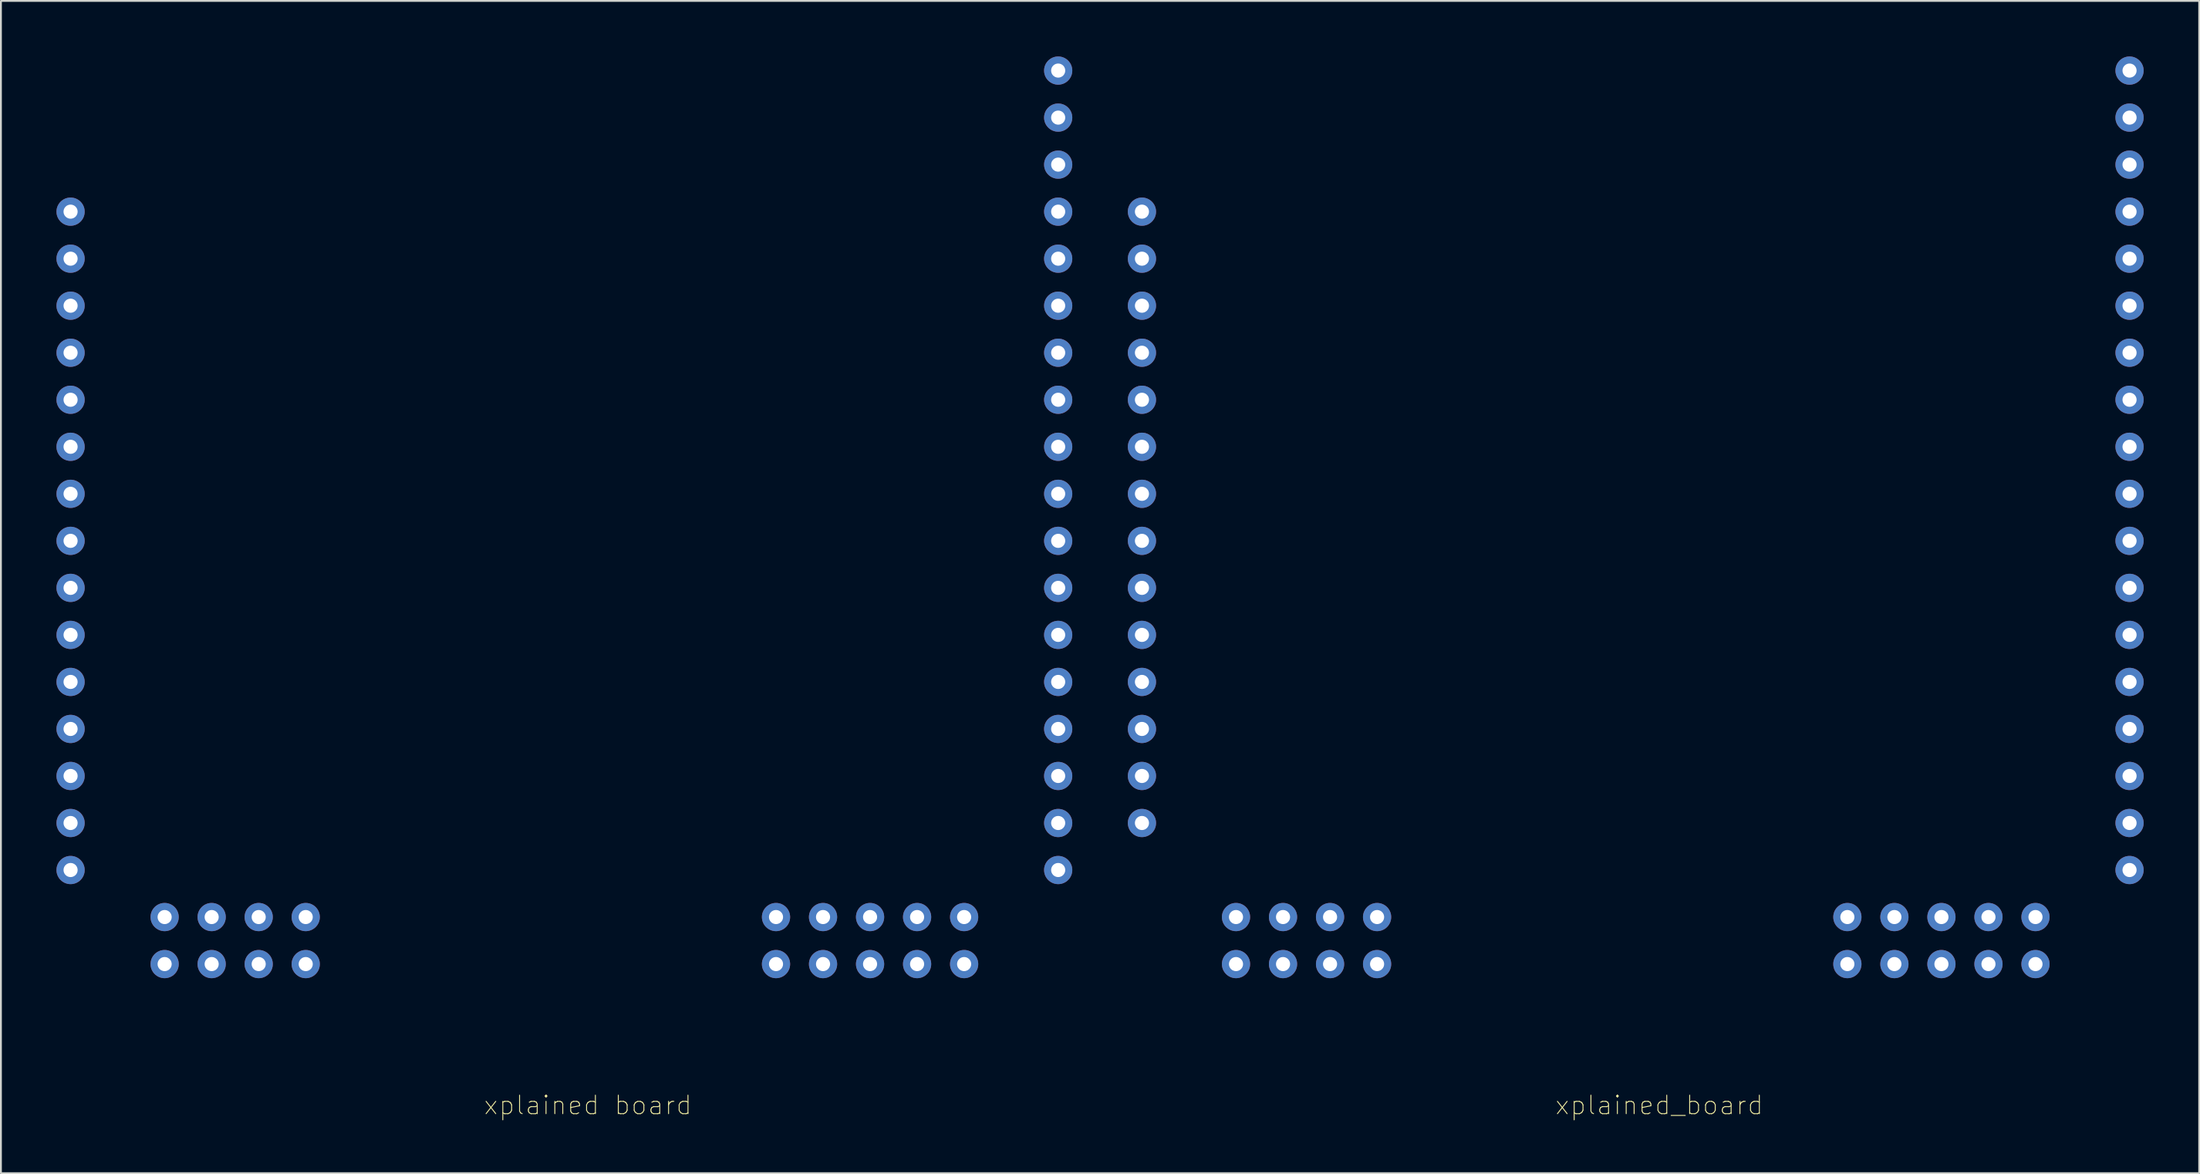
<source format=kicad_pcb>
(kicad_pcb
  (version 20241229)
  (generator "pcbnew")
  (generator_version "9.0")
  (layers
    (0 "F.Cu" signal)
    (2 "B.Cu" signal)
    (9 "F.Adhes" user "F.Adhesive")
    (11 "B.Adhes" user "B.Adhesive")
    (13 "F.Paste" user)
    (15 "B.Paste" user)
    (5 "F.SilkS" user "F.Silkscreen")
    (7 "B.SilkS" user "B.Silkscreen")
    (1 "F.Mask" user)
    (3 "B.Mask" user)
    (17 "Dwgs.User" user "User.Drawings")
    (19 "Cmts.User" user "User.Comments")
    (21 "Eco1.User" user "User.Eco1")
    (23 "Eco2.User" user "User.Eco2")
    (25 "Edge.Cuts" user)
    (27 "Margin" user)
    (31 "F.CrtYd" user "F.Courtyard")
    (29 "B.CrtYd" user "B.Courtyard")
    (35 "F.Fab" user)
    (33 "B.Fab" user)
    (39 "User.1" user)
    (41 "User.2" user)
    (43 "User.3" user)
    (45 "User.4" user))
  (footprint "xplained board"
    (layer "F.Cu")
    (at 28.702 26.162)
    (property "Reference" "xplained board" (at 0 30.48 0) (layer "F.SilkS") (effects (font (size 1 1) (thickness 0.05))))
    (attr through_hole)
    (pad "1" thru_hole circle (at -27.94 -17.78) (size 1.524 1.524) (drill 0.762) (layers "*.Cu" "*.Mask"))
    (pad "2" thru_hole circle (at -27.94 -15.24) (size 1.524 1.524) (drill 0.762) (layers "*.Cu" "*.Mask"))
    (pad "3" thru_hole circle (at -27.94 -12.7) (size 1.524 1.524) (drill 0.762) (layers "*.Cu" "*.Mask"))
    (pad "4" thru_hole circle (at -27.94 -10.16) (size 1.524 1.524) (drill 0.762) (layers "*.Cu" "*.Mask"))
    (pad "5" thru_hole circle (at -27.94 -7.62) (size 1.524 1.524) (drill 0.762) (layers "*.Cu" "*.Mask"))
    (pad "6" thru_hole circle (at -27.94 -5.08) (size 1.524 1.524) (drill 0.762) (layers "*.Cu" "*.Mask"))
    (pad "7" thru_hole circle (at -27.94 -2.54) (size 1.524 1.524) (drill 0.762) (layers "*.Cu" "*.Mask"))
    (pad "8" thru_hole circle (at -27.94 0) (size 1.524 1.524) (drill 0.762) (layers "*.Cu" "*.Mask"))
    (pad "9" thru_hole circle (at -27.94 5.08) (size 1.524 1.524) (drill 0.762) (layers "*.Cu" "*.Mask"))
    (pad "10" thru_hole circle (at -27.94 7.62) (size 1.524 1.524) (drill 0.762) (layers "*.Cu" "*.Mask"))
    (pad "11" thru_hole circle (at -27.94 10.16) (size 1.524 1.524) (drill 0.762) (layers "*.Cu" "*.Mask"))
    (pad "12" thru_hole circle (at -27.94 12.7) (size 1.524 1.524) (drill 0.762) (layers "*.Cu" "*.Mask"))
    (pad "13" thru_hole circle (at -27.94 15.24) (size 1.524 1.524) (drill 0.762) (layers "*.Cu" "*.Mask"))
    (pad "14" thru_hole circle (at -27.94 17.78) (size 1.524 1.524) (drill 0.762) (layers "*.Cu" "*.Mask"))
    (pad "15" thru_hole circle (at -22.86 20.32) (size 1.524 1.524) (drill 0.762) (layers "*.Cu" "*.Mask"))
    (pad "15" thru_hole circle (at -20.32 20.32) (size 1.524 1.524) (drill 0.762) (layers "*.Cu" "*.Mask"))
    (pad "15" thru_hole circle (at -17.78 20.32) (size 1.524 1.524) (drill 0.762) (layers "*.Cu" "*.Mask"))
    (pad "15" thru_hole circle (at -15.24 20.32) (size 1.524 1.524) (drill 0.762) (layers "*.Cu" "*.Mask"))
    (pad "16" thru_hole circle (at -22.86 22.86) (size 1.524 1.524) (drill 0.762) (layers "*.Cu" "*.Mask"))
    (pad "16" thru_hole circle (at -20.32 22.86) (size 1.524 1.524) (drill 0.762) (layers "*.Cu" "*.Mask"))
    (pad "16" thru_hole circle (at -17.78 22.86) (size 1.524 1.524) (drill 0.762) (layers "*.Cu" "*.Mask"))
    (pad "16" thru_hole circle (at -15.24 22.86) (size 1.524 1.524) (drill 0.762) (layers "*.Cu" "*.Mask"))
    (pad "17" thru_hole circle (at 10.16 22.86) (size 1.524 1.524) (drill 0.762) (layers "*.Cu" "*.Mask"))
    (pad "17" thru_hole circle (at 12.7 22.86) (size 1.524 1.524) (drill 0.762) (layers "*.Cu" "*.Mask"))
    (pad "17" thru_hole circle (at 15.24 22.86) (size 1.524 1.524) (drill 0.762) (layers "*.Cu" "*.Mask"))
    (pad "17" thru_hole circle (at 17.78 22.86) (size 1.524 1.524) (drill 0.762) (layers "*.Cu" "*.Mask"))
    (pad "17" thru_hole circle (at 20.32 22.86) (size 1.524 1.524) (drill 0.762) (layers "*.Cu" "*.Mask"))
    (pad "18" thru_hole circle (at 10.16 20.32) (size 1.524 1.524) (drill 0.762) (layers "*.Cu" "*.Mask"))
    (pad "18" thru_hole circle (at 12.7 20.32) (size 1.524 1.524) (drill 0.762) (layers "*.Cu" "*.Mask"))
    (pad "18" thru_hole circle (at 15.24 20.32) (size 1.524 1.524) (drill 0.762) (layers "*.Cu" "*.Mask"))
    (pad "18" thru_hole circle (at 17.78 20.32) (size 1.524 1.524) (drill 0.762) (layers "*.Cu" "*.Mask"))
    (pad "18" thru_hole circle (at 20.32 20.32) (size 1.524 1.524) (drill 0.762) (layers "*.Cu" "*.Mask"))
    (pad "19" thru_hole circle (at 25.4 17.78) (size 1.524 1.524) (drill 0.762) (layers "*.Cu" "*.Mask"))
    (pad "20" thru_hole circle (at 25.4 15.24) (size 1.524 1.524) (drill 0.762) (layers "*.Cu" "*.Mask"))
    (pad "21" thru_hole circle (at 25.4 12.7) (size 1.524 1.524) (drill 0.762) (layers "*.Cu" "*.Mask"))
    (pad "22" thru_hole circle (at 25.4 10.16) (size 1.524 1.524) (drill 0.762) (layers "*.Cu" "*.Mask"))
    (pad "23" thru_hole circle (at 25.4 7.62) (size 1.524 1.524) (drill 0.762) (layers "*.Cu" "*.Mask"))
    (pad "24" thru_hole circle (at 25.4 5.08) (size 1.524 1.524) (drill 0.762) (layers "*.Cu" "*.Mask"))
    (pad "25" thru_hole circle (at 25.4 2.54) (size 1.524 1.524) (drill 0.762) (layers "*.Cu" "*.Mask"))
    (pad "26" thru_hole circle (at 25.4 0) (size 1.524 1.524) (drill 0.762) (layers "*.Cu" "*.Mask"))
    (pad "27" thru_hole circle (at 25.4 -2.54) (size 1.524 1.524) (drill 0.762) (layers "*.Cu" "*.Mask"))
    (pad "28" thru_hole circle (at 25.4 -5.08) (size 1.524 1.524) (drill 0.762) (layers "*.Cu" "*.Mask"))
    (pad "29" thru_hole circle (at 25.4 -7.62) (size 1.524 1.524) (drill 0.762) (layers "*.Cu" "*.Mask"))
    (pad "30" thru_hole circle (at 25.4 -10.16) (size 1.524 1.524) (drill 0.762) (layers "*.Cu" "*.Mask"))
    (pad "31" thru_hole circle (at 25.4 -12.7) (size 1.524 1.524) (drill 0.762) (layers "*.Cu" "*.Mask"))
    (pad "32" thru_hole circle (at 25.4 -15.24) (size 1.524 1.524) (drill 0.762) (layers "*.Cu" "*.Mask"))
    (pad "33" thru_hole circle (at 25.4 -17.78) (size 1.524 1.524) (drill 0.762) (layers "*.Cu" "*.Mask"))
    (pad "34" thru_hole circle (at 25.4 -20.32) (size 1.524 1.524) (drill 0.762) (layers "*.Cu" "*.Mask"))
    (pad "35" thru_hole circle (at 25.4 -22.86) (size 1.524 1.524) (drill 0.762) (layers "*.Cu" "*.Mask"))
    (pad "36" thru_hole circle (at 25.4 -25.4) (size 1.524 1.524) (drill 0.762) (layers "*.Cu" "*.Mask"))
    (pad "?" thru_hole circle (at -27.94 2.54) (size 1.524 1.524) (drill 0.762) (layers "*.Cu" "*.Mask")))
  (footprint "xplained_board"
    (layer "F.Cu")
    (at 86.566 26.162)
    (property "Reference" "xplained_board" (at 0 30.48 0) (layer "F.SilkS") (effects (font (size 1 1) (thickness 0.05))))
    (attr through_hole)
    (pad "1" thru_hole circle (at -27.94 -17.78) (size 1.524 1.524) (drill 0.762) (layers "*.Cu" "*.Mask"))
    (pad "2" thru_hole circle (at -27.94 -15.24) (size 1.524 1.524) (drill 0.762) (layers "*.Cu" "*.Mask"))
    (pad "3" thru_hole circle (at -27.94 -12.7) (size 1.524 1.524) (drill 0.762) (layers "*.Cu" "*.Mask"))
    (pad "4" thru_hole circle (at -27.94 -10.16) (size 1.524 1.524) (drill 0.762) (layers "*.Cu" "*.Mask"))
    (pad "5" thru_hole circle (at -27.94 -7.62) (size 1.524 1.524) (drill 0.762) (layers "*.Cu" "*.Mask"))
    (pad "6" thru_hole circle (at -27.94 -5.08) (size 1.524 1.524) (drill 0.762) (layers "*.Cu" "*.Mask"))
    (pad "7" thru_hole circle (at -27.94 -2.54) (size 1.524 1.524) (drill 0.762) (layers "*.Cu" "*.Mask"))
    (pad "8" thru_hole circle (at -27.94 0) (size 1.524 1.524) (drill 0.762) (layers "*.Cu" "*.Mask"))
    (pad "9" thru_hole circle (at -27.94 2.54) (size 1.524 1.524) (drill 0.762) (layers "*.Cu" "*.Mask"))
    (pad "10" thru_hole circle (at -27.94 5.08) (size 1.524 1.524) (drill 0.762) (layers "*.Cu" "*.Mask"))
    (pad "11" thru_hole circle (at -27.94 7.62) (size 1.524 1.524) (drill 0.762) (layers "*.Cu" "*.Mask"))
    (pad "12" thru_hole circle (at -27.94 10.16) (size 1.524 1.524) (drill 0.762) (layers "*.Cu" "*.Mask"))
    (pad "13" thru_hole circle (at -27.94 12.7) (size 1.524 1.524) (drill 0.762) (layers "*.Cu" "*.Mask"))
    (pad "14" thru_hole circle (at -27.94 15.24) (size 1.524 1.524) (drill 0.762) (layers "*.Cu" "*.Mask"))
    (pad "15" thru_hole circle (at -22.86 20.32) (size 1.524 1.524) (drill 0.762) (layers "*.Cu" "*.Mask"))
    (pad "15" thru_hole circle (at -20.32 20.32) (size 1.524 1.524) (drill 0.762) (layers "*.Cu" "*.Mask"))
    (pad "15" thru_hole circle (at -17.78 20.32) (size 1.524 1.524) (drill 0.762) (layers "*.Cu" "*.Mask"))
    (pad "15" thru_hole circle (at -15.24 20.32) (size 1.524 1.524) (drill 0.762) (layers "*.Cu" "*.Mask"))
    (pad "16" thru_hole circle (at -22.86 22.86) (size 1.524 1.524) (drill 0.762) (layers "*.Cu" "*.Mask"))
    (pad "16" thru_hole circle (at -20.32 22.86) (size 1.524 1.524) (drill 0.762) (layers "*.Cu" "*.Mask"))
    (pad "16" thru_hole circle (at -17.78 22.86) (size 1.524 1.524) (drill 0.762) (layers "*.Cu" "*.Mask"))
    (pad "16" thru_hole circle (at -15.24 22.86) (size 1.524 1.524) (drill 0.762) (layers "*.Cu" "*.Mask"))
    (pad "17" thru_hole circle (at 10.16 22.86) (size 1.524 1.524) (drill 0.762) (layers "*.Cu" "*.Mask"))
    (pad "17" thru_hole circle (at 12.7 22.86) (size 1.524 1.524) (drill 0.762) (layers "*.Cu" "*.Mask"))
    (pad "17" thru_hole circle (at 15.24 22.86) (size 1.524 1.524) (drill 0.762) (layers "*.Cu" "*.Mask"))
    (pad "17" thru_hole circle (at 17.78 22.86) (size 1.524 1.524) (drill 0.762) (layers "*.Cu" "*.Mask"))
    (pad "17" thru_hole circle (at 20.32 22.86) (size 1.524 1.524) (drill 0.762) (layers "*.Cu" "*.Mask"))
    (pad "18" thru_hole circle (at 10.16 20.32) (size 1.524 1.524) (drill 0.762) (layers "*.Cu" "*.Mask"))
    (pad "18" thru_hole circle (at 12.7 20.32) (size 1.524 1.524) (drill 0.762) (layers "*.Cu" "*.Mask"))
    (pad "18" thru_hole circle (at 15.24 20.32) (size 1.524 1.524) (drill 0.762) (layers "*.Cu" "*.Mask"))
    (pad "18" thru_hole circle (at 17.78 20.32) (size 1.524 1.524) (drill 0.762) (layers "*.Cu" "*.Mask"))
    (pad "18" thru_hole circle (at 20.32 20.32) (size 1.524 1.524) (drill 0.762) (layers "*.Cu" "*.Mask"))
    (pad "19" thru_hole circle (at 25.4 17.78) (size 1.524 1.524) (drill 0.762) (layers "*.Cu" "*.Mask"))
    (pad "20" thru_hole circle (at 25.4 15.24) (size 1.524 1.524) (drill 0.762) (layers "*.Cu" "*.Mask"))
    (pad "21" thru_hole circle (at 25.4 12.7) (size 1.524 1.524) (drill 0.762) (layers "*.Cu" "*.Mask"))
    (pad "22" thru_hole circle (at 25.4 10.16) (size 1.524 1.524) (drill 0.762) (layers "*.Cu" "*.Mask"))
    (pad "23" thru_hole circle (at 25.4 7.62) (size 1.524 1.524) (drill 0.762) (layers "*.Cu" "*.Mask"))
    (pad "24" thru_hole circle (at 25.4 5.08) (size 1.524 1.524) (drill 0.762) (layers "*.Cu" "*.Mask"))
    (pad "25" thru_hole circle (at 25.4 2.54) (size 1.524 1.524) (drill 0.762) (layers "*.Cu" "*.Mask"))
    (pad "26" thru_hole circle (at 25.4 0) (size 1.524 1.524) (drill 0.762) (layers "*.Cu" "*.Mask"))
    (pad "27" thru_hole circle (at 25.4 -2.54) (size 1.524 1.524) (drill 0.762) (layers "*.Cu" "*.Mask"))
    (pad "28" thru_hole circle (at 25.4 -5.08) (size 1.524 1.524) (drill 0.762) (layers "*.Cu" "*.Mask"))
    (pad "29" thru_hole circle (at 25.4 -7.62) (size 1.524 1.524) (drill 0.762) (layers "*.Cu" "*.Mask"))
    (pad "30" thru_hole circle (at 25.4 -10.16) (size 1.524 1.524) (drill 0.762) (layers "*.Cu" "*.Mask"))
    (pad "31" thru_hole circle (at 25.4 -12.7) (size 1.524 1.524) (drill 0.762) (layers "*.Cu" "*.Mask"))
    (pad "32" thru_hole circle (at 25.4 -15.24) (size 1.524 1.524) (drill 0.762) (layers "*.Cu" "*.Mask"))
    (pad "33" thru_hole circle (at 25.4 -17.78) (size 1.524 1.524) (drill 0.762) (layers "*.Cu" "*.Mask"))
    (pad "34" thru_hole circle (at 25.4 -20.32) (size 1.524 1.524) (drill 0.762) (layers "*.Cu" "*.Mask"))
    (pad "35" thru_hole circle (at 25.4 -22.86) (size 1.524 1.524) (drill 0.762) (layers "*.Cu" "*.Mask"))
    (pad "36" thru_hole circle (at 25.4 -25.4) (size 1.524 1.524) (drill 0.762) (layers "*.Cu" "*.Mask")))
  (gr_rect
    (start -3 -3)
    (end 115.728 60.315)
    (stroke (width 0.1) (type default))
    (fill no)
    (layer "Edge.Cuts")))
</source>
